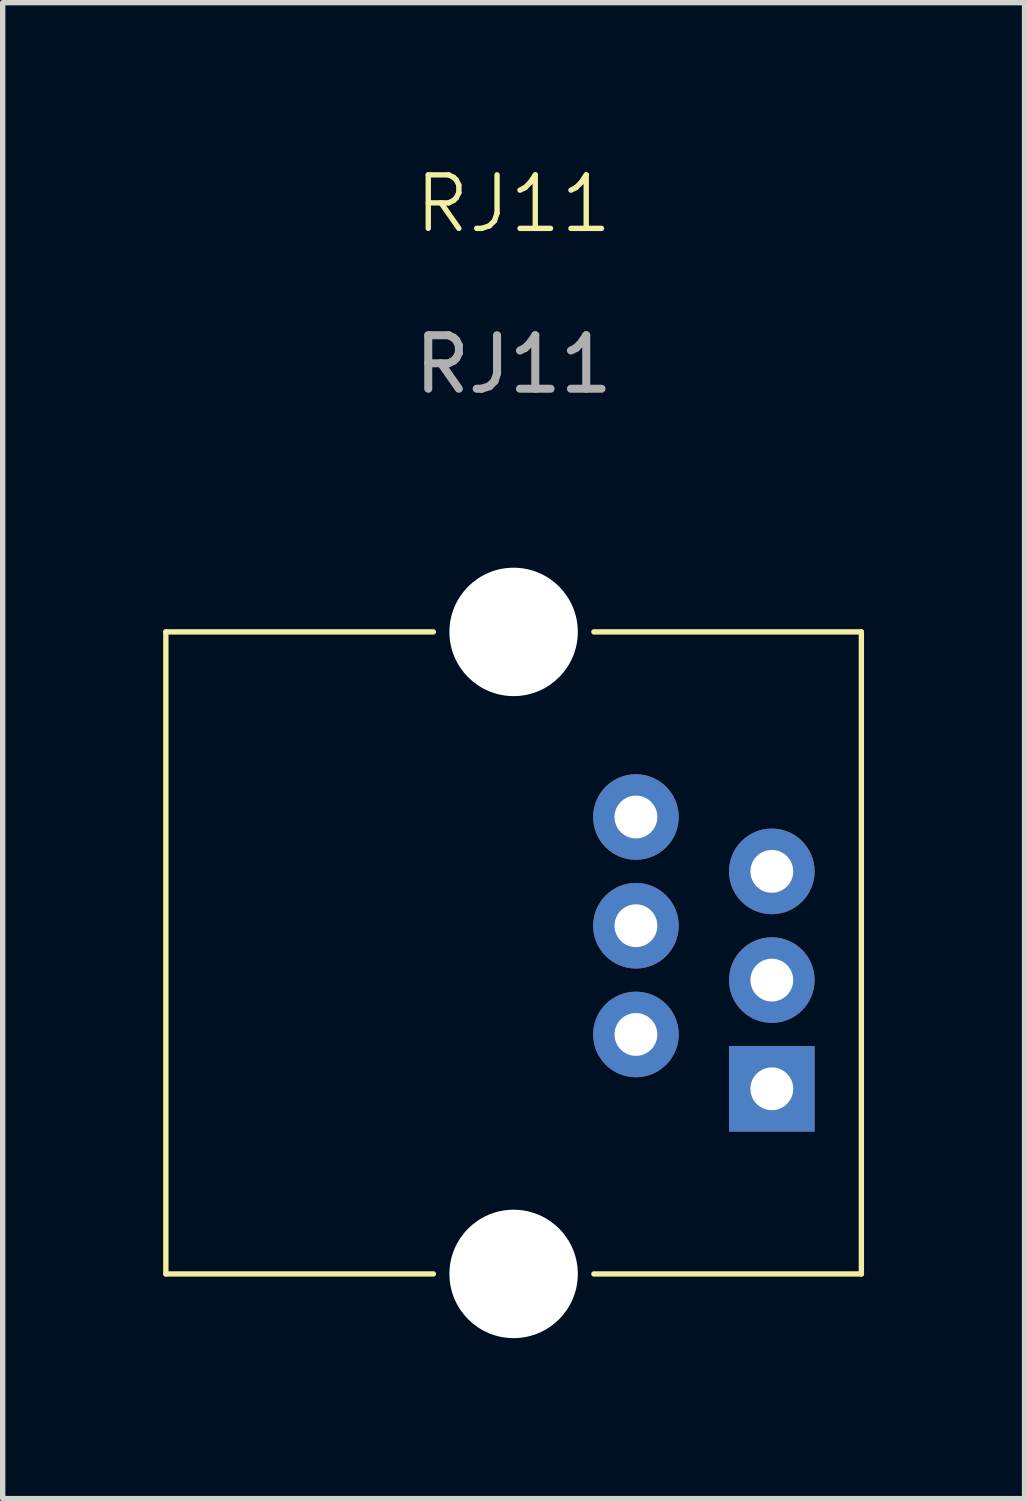
<source format=kicad_pcb>
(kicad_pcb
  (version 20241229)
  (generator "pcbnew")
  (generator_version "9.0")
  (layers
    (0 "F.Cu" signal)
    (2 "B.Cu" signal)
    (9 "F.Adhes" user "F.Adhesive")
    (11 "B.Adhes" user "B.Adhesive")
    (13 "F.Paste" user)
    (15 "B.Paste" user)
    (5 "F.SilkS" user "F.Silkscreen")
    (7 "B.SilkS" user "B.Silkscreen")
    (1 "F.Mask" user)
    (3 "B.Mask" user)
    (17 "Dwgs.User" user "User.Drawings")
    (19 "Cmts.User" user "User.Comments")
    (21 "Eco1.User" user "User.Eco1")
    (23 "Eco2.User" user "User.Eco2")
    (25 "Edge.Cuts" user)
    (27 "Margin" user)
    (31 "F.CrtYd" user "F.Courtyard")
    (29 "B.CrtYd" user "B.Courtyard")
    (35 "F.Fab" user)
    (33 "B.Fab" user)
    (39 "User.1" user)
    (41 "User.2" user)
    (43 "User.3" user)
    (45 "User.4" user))
  (footprint "RJ11"
    (layer "F.Cu")
    (at 6.55 14.761)
    (property "Reference" "RJ11" (at 0 -14 0) (unlocked yes) (layer "F.SilkS") (effects (font (size 1 1) (thickness 0.1))))
    (attr through_hole)
    (fp_line (start -6.5 -6) (end -6.5 6) (stroke (width 0.1) (type default)) (layer "F.SilkS"))
    (fp_line (start -6.5 -6) (end -1.5 -6) (stroke (width 0.1) (type default)) (layer "F.SilkS"))
    (fp_line (start -6.5 6) (end -1.5 6) (stroke (width 0.1) (type default)) (layer "F.SilkS"))
    (fp_line (start 6.5 -6) (end 1.5 -6) (stroke (width 0.1) (type default)) (layer "F.SilkS"))
    (fp_line (start 6.5 6) (end 1.5 6) (stroke (width 0.1) (type default)) (layer "F.SilkS"))
    (fp_line (start 6.5 6) (end 6.5 -6) (stroke (width 0.1) (type default)) (layer "F.SilkS"))
    (fp_text user "${REFERENCE}" (at 0 -11 0) (unlocked yes) (layer "F.Fab") (effects (font (size 1 1) (thickness 0.15))))
    (pad "" np_thru_hole circle (at 0 -6) (size 2.4 2.4) (drill 2.4) (layers "*.Cu" "*.Mask"))
    (pad "" np_thru_hole circle (at 0 6) (size 2.4 2.4) (drill 2.4) (layers "*.Cu" "*.Mask"))
    (pad "1" thru_hole rect (at 4.826 2.54) (size 1.6 1.6) (drill 0.8) (layers "*.Cu" "*.Mask"))
    (pad "2" thru_hole circle (at 2.286 1.524) (size 1.6 1.6) (drill 0.8) (layers "*.Cu" "*.Mask"))
    (pad "3" thru_hole circle (at 4.826 0.508) (size 1.6 1.6) (drill 0.8) (layers "*.Cu" "*.Mask"))
    (pad "4" thru_hole circle (at 2.286 -0.508) (size 1.6 1.6) (drill 0.8) (layers "*.Cu" "*.Mask"))
    (pad "5" thru_hole circle (at 4.826 -1.524) (size 1.6 1.6) (drill 0.8) (layers "*.Cu" "*.Mask"))
    (pad "6" thru_hole circle (at 2.286 -2.54) (size 1.6 1.6) (drill 0.8) (layers "*.Cu" "*.Mask")))
  (gr_rect
    (start -3 -3)
    (end 16.1 24.96)
    (stroke (width 0.1) (type default))
    (fill no)
    (layer "Edge.Cuts")))
</source>
